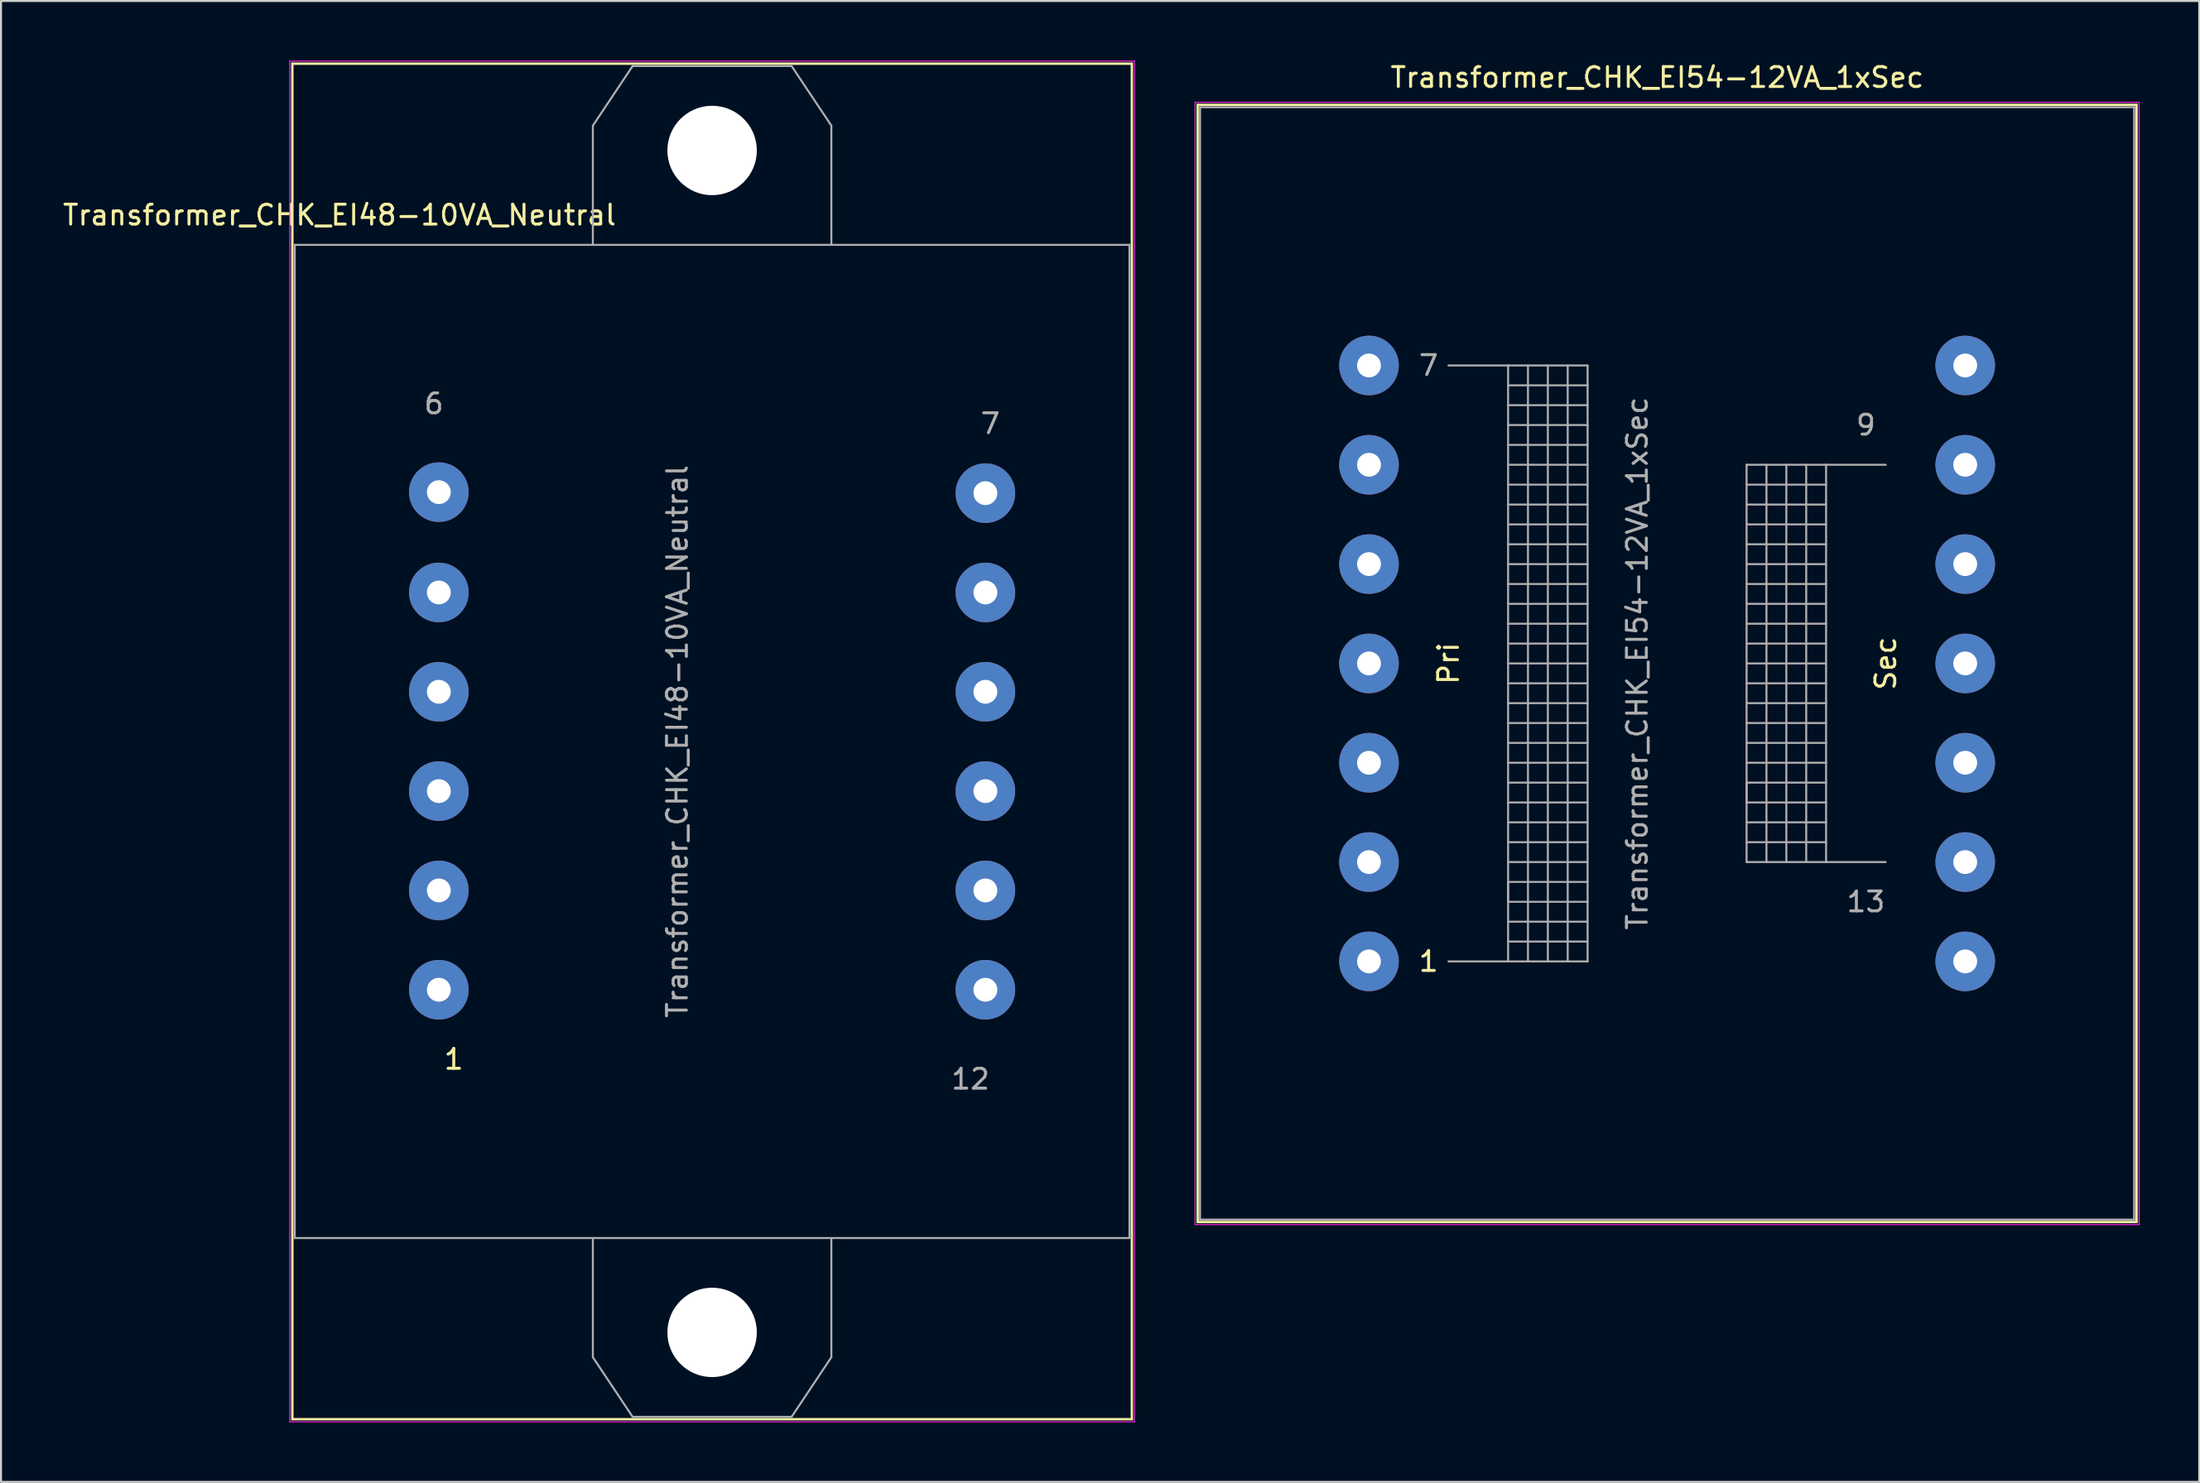
<source format=kicad_pcb>
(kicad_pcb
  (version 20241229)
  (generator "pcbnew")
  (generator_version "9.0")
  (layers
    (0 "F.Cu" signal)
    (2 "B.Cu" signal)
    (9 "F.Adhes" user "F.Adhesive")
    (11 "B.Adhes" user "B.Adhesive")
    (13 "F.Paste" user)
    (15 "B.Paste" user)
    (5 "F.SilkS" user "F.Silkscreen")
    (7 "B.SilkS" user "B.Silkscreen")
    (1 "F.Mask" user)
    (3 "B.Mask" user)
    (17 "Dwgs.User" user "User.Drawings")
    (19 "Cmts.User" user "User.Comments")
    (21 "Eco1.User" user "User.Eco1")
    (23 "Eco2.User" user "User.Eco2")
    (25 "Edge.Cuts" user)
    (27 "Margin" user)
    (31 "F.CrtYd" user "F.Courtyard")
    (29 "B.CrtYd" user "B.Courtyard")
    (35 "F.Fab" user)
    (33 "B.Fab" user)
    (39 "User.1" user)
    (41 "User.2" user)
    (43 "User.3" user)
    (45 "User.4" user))
  (footprint "Transformer_CHK_EI48-10VA_Neutral"
    (layer "F.Cu")
    (at 19.03 46.775)
    (property "Reference" "Transformer_CHK_EI48-10VA_Neutral" (at -5 -39 0) (layer "F.SilkS") (effects (font (size 1 1) (thickness 0.15))))
    (attr through_hole)
    (fp_line (start -7.37 -46.62) (end -7.37 21.62) (stroke (width 0.12) (type solid)) (layer "F.SilkS"))
    (fp_line (start -7.37 -46.62) (end 34.87 -46.62) (stroke (width 0.12) (type solid)) (layer "F.SilkS"))
    (fp_line (start 34.87 21.62) (end -7.37 21.62) (stroke (width 0.12) (type solid)) (layer "F.SilkS"))
    (fp_line (start 34.87 21.62) (end 34.87 -46.62) (stroke (width 0.12) (type solid)) (layer "F.SilkS"))
    (fp_line (start -7.5 -46.75) (end -7.5 21.75) (stroke (width 0.05) (type solid)) (layer "F.CrtYd"))
    (fp_line (start -7.5 -46.75) (end 35 -46.75) (stroke (width 0.05) (type solid)) (layer "F.CrtYd"))
    (fp_line (start 35 21.75) (end -7.5 21.75) (stroke (width 0.05) (type solid)) (layer "F.CrtYd"))
    (fp_line (start 35 21.75) (end 35 -46.75) (stroke (width 0.05) (type solid)) (layer "F.CrtYd"))
    (fp_line (start -7.25 -37.5) (end -7.25 12.5) (stroke (width 0.1) (type solid)) (layer "F.Fab"))
    (fp_line (start -7.25 12.5) (end 34.75 12.5) (stroke (width 0.1) (type solid)) (layer "F.Fab"))
    (fp_line (start 7.75 -43.5) (end 7.75 -37.5) (stroke (width 0.1) (type solid)) (layer "F.Fab"))
    (fp_line (start 7.75 18.5) (end 7.75 12.5) (stroke (width 0.1) (type solid)) (layer "F.Fab"))
    (fp_line (start 9.75 -46.5) (end 7.75 -43.5) (stroke (width 0.1) (type solid)) (layer "F.Fab"))
    (fp_line (start 9.75 21.5) (end 7.75 18.5) (stroke (width 0.1) (type solid)) (layer "F.Fab"))
    (fp_line (start 17.75 -46.5) (end 9.75 -46.5) (stroke (width 0.1) (type solid)) (layer "F.Fab"))
    (fp_line (start 17.75 21.5) (end 9.75 21.5) (stroke (width 0.1) (type solid)) (layer "F.Fab"))
    (fp_line (start 19.75 -43.5) (end 17.75 -46.5) (stroke (width 0.1) (type solid)) (layer "F.Fab"))
    (fp_line (start 19.75 -37.5) (end 19.75 -43.5) (stroke (width 0.1) (type solid)) (layer "F.Fab"))
    (fp_line (start 19.75 12.5) (end 19.75 18.5) (stroke (width 0.1) (type solid)) (layer "F.Fab"))
    (fp_line (start 19.75 18.5) (end 17.75 21.5) (stroke (width 0.1) (type solid)) (layer "F.Fab"))
    (fp_line (start 34.75 -37.5) (end -7.25 -37.5) (stroke (width 0.1) (type solid)) (layer "F.Fab"))
    (fp_line (start 34.75 12.5) (end 34.75 -37.5) (stroke (width 0.1) (type solid)) (layer "F.Fab"))
    (fp_text user "1" (at 0.75 3.5 0) (layer "F.SilkS") (effects (font (size 1 1) (thickness 0.15))))
    (fp_text user "7" (at 27.75 -28.5 0) (layer "F.Fab") (effects (font (size 1 1) (thickness 0.15))))
    (fp_text user "6" (at -0.25 -29.5 0) (layer "F.Fab") (effects (font (size 1 1) (thickness 0.15))))
    (fp_text user "12" (at 26.75 4.5 0) (layer "F.Fab") (effects (font (size 1 1) (thickness 0.15))))
    (fp_text user "${REFERENCE}" (at 12 -12.5 90) (layer "F.Fab") (effects (font (size 1 1) (thickness 0.15))))
    (pad "" np_thru_hole circle (at 13.75 -42.25) (size 4.5 4.5) (drill 4.5) (layers "*.Cu" "*.Mask"))
    (pad "" np_thru_hole circle (at 13.75 17.25) (size 4.5 4.5) (drill 4.5) (layers "*.Cu" "*.Mask"))
    (pad "1" thru_hole circle (at 0 0) (size 3 3) (drill 1.2) (layers "*.Cu" "*.Mask"))
    (pad "2" thru_hole circle (at 0 -5) (size 3 3) (drill 1.2) (layers "*.Cu" "*.Mask"))
    (pad "3" thru_hole circle (at 0 -10) (size 3 3) (drill 1.2) (layers "*.Cu" "*.Mask"))
    (pad "4" thru_hole circle (at 0 -15) (size 3 3) (drill 1.2) (layers "*.Cu" "*.Mask"))
    (pad "5" thru_hole circle (at 0 -20) (size 3 3) (drill 1.2) (layers "*.Cu" "*.Mask"))
    (pad "6" thru_hole circle (at 0 -25.05) (size 3 3) (drill 1.2) (layers "*.Cu" "*.Mask"))
    (pad "7" thru_hole circle (at 27.5 -25) (size 3 3) (drill 1.2) (layers "*.Cu" "*.Mask"))
    (pad "8" thru_hole circle (at 27.5 -20) (size 3 3) (drill 1.2) (layers "*.Cu" "*.Mask"))
    (pad "9" thru_hole circle (at 27.5 -15) (size 3 3) (drill 1.2) (layers "*.Cu" "*.Mask"))
    (pad "10" thru_hole circle (at 27.5 -10) (size 3 3) (drill 1.2) (layers "*.Cu" "*.Mask"))
    (pad "11" thru_hole circle (at 27.5 -5) (size 3 3) (drill 1.2) (layers "*.Cu" "*.Mask"))
    (pad "12" thru_hole circle (at 27.5 0) (size 3 3) (drill 1.2) (layers "*.Cu" "*.Mask")))
  (footprint "Transformer_CHK_EI54-12VA_1xSec"
    (layer "F.Cu")
    (at 65.83 45.348)
    (property "Reference" "Transformer_CHK_EI54-12VA_1xSec" (at 14.5 -44.5 0) (layer "F.SilkS") (effects (font (size 1 1) (thickness 0.15))))
    (attr through_hole)
    (fp_line (start -8.62 -43.12) (end -8.62 13.12) (stroke (width 0.12) (type solid)) (layer "F.SilkS"))
    (fp_line (start -8.62 -43.12) (end 38.62 -43.12) (stroke (width 0.12) (type solid)) (layer "F.SilkS"))
    (fp_line (start 38.62 13.12) (end -8.62 13.12) (stroke (width 0.12) (type solid)) (layer "F.SilkS"))
    (fp_line (start 38.62 13.12) (end 38.62 -43.12) (stroke (width 0.12) (type solid)) (layer "F.SilkS"))
    (fp_line (start -8.75 -43.25) (end -8.75 13.25) (stroke (width 0.05) (type solid)) (layer "F.CrtYd"))
    (fp_line (start -8.75 -43.25) (end 38.75 -43.25) (stroke (width 0.05) (type solid)) (layer "F.CrtYd"))
    (fp_line (start 38.75 13.25) (end -8.75 13.25) (stroke (width 0.05) (type solid)) (layer "F.CrtYd"))
    (fp_line (start 38.75 13.25) (end 38.75 -43.25) (stroke (width 0.05) (type solid)) (layer "F.CrtYd"))
    (fp_line (start -8.5 -43) (end -8.5 13) (stroke (width 0.1) (type solid)) (layer "F.Fab"))
    (fp_line (start -8.5 13) (end 38.5 13) (stroke (width 0.1) (type solid)) (layer "F.Fab"))
    (fp_line (start 4 -30) (end 7 -30) (stroke (width 0.1) (type solid)) (layer "F.Fab"))
    (fp_line (start 7 -30) (end 7 0) (stroke (width 0.1) (type solid)) (layer "F.Fab"))
    (fp_line (start 7 -30) (end 11 -30) (stroke (width 0.1) (type solid)) (layer "F.Fab"))
    (fp_line (start 7 -29) (end 11 -29) (stroke (width 0.1) (type solid)) (layer "F.Fab"))
    (fp_line (start 7 -27) (end 11 -27) (stroke (width 0.1) (type solid)) (layer "F.Fab"))
    (fp_line (start 7 -25) (end 11 -25) (stroke (width 0.1) (type solid)) (layer "F.Fab"))
    (fp_line (start 7 -23) (end 11 -23) (stroke (width 0.1) (type solid)) (layer "F.Fab"))
    (fp_line (start 7 -21) (end 11 -21) (stroke (width 0.1) (type solid)) (layer "F.Fab"))
    (fp_line (start 7 -19) (end 11 -19) (stroke (width 0.1) (type solid)) (layer "F.Fab"))
    (fp_line (start 7 -17) (end 11 -17) (stroke (width 0.1) (type solid)) (layer "F.Fab"))
    (fp_line (start 7 -15) (end 11 -15) (stroke (width 0.1) (type solid)) (layer "F.Fab"))
    (fp_line (start 7 -13) (end 11 -13) (stroke (width 0.1) (type solid)) (layer "F.Fab"))
    (fp_line (start 7 -11) (end 11 -11) (stroke (width 0.1) (type solid)) (layer "F.Fab"))
    (fp_line (start 7 -9) (end 11 -9) (stroke (width 0.1) (type solid)) (layer "F.Fab"))
    (fp_line (start 7 -7) (end 11 -7) (stroke (width 0.1) (type solid)) (layer "F.Fab"))
    (fp_line (start 7 -5) (end 11 -5) (stroke (width 0.1) (type solid)) (layer "F.Fab"))
    (fp_line (start 7 -4) (end 7 -3) (stroke (width 0.1) (type solid)) (layer "F.Fab"))
    (fp_line (start 7 -3) (end 11 -3) (stroke (width 0.1) (type solid)) (layer "F.Fab"))
    (fp_line (start 7 -1) (end 11 -1) (stroke (width 0.1) (type solid)) (layer "F.Fab"))
    (fp_line (start 7 0) (end 4 0) (stroke (width 0.1) (type solid)) (layer "F.Fab"))
    (fp_line (start 8 -30) (end 8 0) (stroke (width 0.1) (type solid)) (layer "F.Fab"))
    (fp_line (start 9 -30) (end 9 0) (stroke (width 0.1) (type solid)) (layer "F.Fab"))
    (fp_line (start 10 -12) (end 7 -12) (stroke (width 0.1) (type solid)) (layer "F.Fab"))
    (fp_line (start 10 -12) (end 11 -12) (stroke (width 0.1) (type solid)) (layer "F.Fab"))
    (fp_line (start 10 0) (end 10 -30) (stroke (width 0.1) (type solid)) (layer "F.Fab"))
    (fp_line (start 11 -30) (end 11 0) (stroke (width 0.1) (type solid)) (layer "F.Fab"))
    (fp_line (start 11 -28) (end 7 -28) (stroke (width 0.1) (type solid)) (layer "F.Fab"))
    (fp_line (start 11 -26) (end 7 -26) (stroke (width 0.1) (type solid)) (layer "F.Fab"))
    (fp_line (start 11 -24) (end 7 -24) (stroke (width 0.1) (type solid)) (layer "F.Fab"))
    (fp_line (start 11 -22) (end 7 -22) (stroke (width 0.1) (type solid)) (layer "F.Fab"))
    (fp_line (start 11 -20) (end 7 -20) (stroke (width 0.1) (type solid)) (layer "F.Fab"))
    (fp_line (start 11 -18) (end 7 -18) (stroke (width 0.1) (type solid)) (layer "F.Fab"))
    (fp_line (start 11 -16) (end 7 -16) (stroke (width 0.1) (type solid)) (layer "F.Fab"))
    (fp_line (start 11 -14) (end 7 -14) (stroke (width 0.1) (type solid)) (layer "F.Fab"))
    (fp_line (start 11 -10) (end 7 -10) (stroke (width 0.1) (type solid)) (layer "F.Fab"))
    (fp_line (start 11 -8) (end 7 -8) (stroke (width 0.1) (type solid)) (layer "F.Fab"))
    (fp_line (start 11 -6) (end 7 -6) (stroke (width 0.1) (type solid)) (layer "F.Fab"))
    (fp_line (start 11 -4) (end 7 -4) (stroke (width 0.1) (type solid)) (layer "F.Fab"))
    (fp_line (start 11 -2) (end 7 -2) (stroke (width 0.1) (type solid)) (layer "F.Fab"))
    (fp_line (start 11 0) (end 7 0) (stroke (width 0.1) (type solid)) (layer "F.Fab"))
    (fp_line (start 19 -25) (end 19 -5) (stroke (width 0.1) (type solid)) (layer "F.Fab"))
    (fp_line (start 19 -24) (end 23 -24) (stroke (width 0.1) (type solid)) (layer "F.Fab"))
    (fp_line (start 19 -22) (end 23 -22) (stroke (width 0.1) (type solid)) (layer "F.Fab"))
    (fp_line (start 19 -20) (end 23 -20) (stroke (width 0.1) (type solid)) (layer "F.Fab"))
    (fp_line (start 19 -18) (end 23 -18) (stroke (width 0.1) (type solid)) (layer "F.Fab"))
    (fp_line (start 19 -16) (end 23 -16) (stroke (width 0.1) (type solid)) (layer "F.Fab"))
    (fp_line (start 19 -14) (end 23 -14) (stroke (width 0.1) (type solid)) (layer "F.Fab"))
    (fp_line (start 19 -12) (end 23 -12) (stroke (width 0.1) (type solid)) (layer "F.Fab"))
    (fp_line (start 19 -10) (end 23 -10) (stroke (width 0.1) (type solid)) (layer "F.Fab"))
    (fp_line (start 19 -9) (end 19 -8) (stroke (width 0.1) (type solid)) (layer "F.Fab"))
    (fp_line (start 19 -8) (end 23 -8) (stroke (width 0.1) (type solid)) (layer "F.Fab"))
    (fp_line (start 19 -6) (end 23 -6) (stroke (width 0.1) (type solid)) (layer "F.Fab"))
    (fp_line (start 19 -5) (end 23 -5) (stroke (width 0.1) (type solid)) (layer "F.Fab"))
    (fp_line (start 20 -5) (end 20 -25) (stroke (width 0.1) (type solid)) (layer "F.Fab"))
    (fp_line (start 21 -25) (end 21 -5) (stroke (width 0.1) (type solid)) (layer "F.Fab"))
    (fp_line (start 22 -5) (end 22 -25) (stroke (width 0.1) (type solid)) (layer "F.Fab"))
    (fp_line (start 23 -25) (end 19 -25) (stroke (width 0.1) (type solid)) (layer "F.Fab"))
    (fp_line (start 23 -25) (end 23 -5) (stroke (width 0.1) (type solid)) (layer "F.Fab"))
    (fp_line (start 23 -23) (end 19 -23) (stroke (width 0.1) (type solid)) (layer "F.Fab"))
    (fp_line (start 23 -21) (end 19 -21) (stroke (width 0.1) (type solid)) (layer "F.Fab"))
    (fp_line (start 23 -19) (end 19 -19) (stroke (width 0.1) (type solid)) (layer "F.Fab"))
    (fp_line (start 23 -17) (end 19 -17) (stroke (width 0.1) (type solid)) (layer "F.Fab"))
    (fp_line (start 23 -15) (end 19 -15) (stroke (width 0.1) (type solid)) (layer "F.Fab"))
    (fp_line (start 23 -13) (end 19 -13) (stroke (width 0.1) (type solid)) (layer "F.Fab"))
    (fp_line (start 23 -11) (end 19 -11) (stroke (width 0.1) (type solid)) (layer "F.Fab"))
    (fp_line (start 23 -9) (end 19 -9) (stroke (width 0.1) (type solid)) (layer "F.Fab"))
    (fp_line (start 23 -7) (end 19 -7) (stroke (width 0.1) (type solid)) (layer "F.Fab"))
    (fp_line (start 23 -5) (end 26 -5) (stroke (width 0.1) (type solid)) (layer "F.Fab"))
    (fp_line (start 26 -25) (end 23 -25) (stroke (width 0.1) (type solid)) (layer "F.Fab"))
    (fp_line (start 38.5 -43) (end -8.5 -43) (stroke (width 0.1) (type solid)) (layer "F.Fab"))
    (fp_line (start 38.5 13) (end 38.5 -43) (stroke (width 0.1) (type solid)) (layer "F.Fab"))
    (fp_text user "Sec" (at 26 -15 90) (layer "F.SilkS") (effects (font (size 1 1) (thickness 0.15))))
    (fp_text user "1" (at 3 0 0) (layer "F.SilkS") (effects (font (size 1 1) (thickness 0.15))))
    (fp_text user "Pri" (at 4 -15 90) (layer "F.SilkS") (effects (font (size 1 1) (thickness 0.15))))
    (fp_text user "${REFERENCE}" (at 13.5 -15 90) (layer "F.Fab") (effects (font (size 1 1) (thickness 0.15))))
    (fp_text user "7" (at 3 -30 0) (layer "F.Fab") (effects (font (size 1 1) (thickness 0.15))))
    (fp_text user "13" (at 25 -3 0) (layer "F.Fab") (effects (font (size 1 1) (thickness 0.15))))
    (fp_text user "9" (at 25 -27 0) (layer "F.Fab") (effects (font (size 1 1) (thickness 0.15))))
    (pad "1" thru_hole circle (at 0 0) (size 3 3) (drill 1.2) (layers "*.Cu" "*.Mask"))
    (pad "2" thru_hole circle (at 0 -5) (size 3 3) (drill 1.2) (layers "*.Cu" "*.Mask"))
    (pad "3" thru_hole circle (at 0 -10) (size 3 3) (drill 1.2) (layers "*.Cu" "*.Mask"))
    (pad "4" thru_hole circle (at 0 -15) (size 3 3) (drill 1.2) (layers "*.Cu" "*.Mask"))
    (pad "5" thru_hole circle (at 0 -20) (size 3 3) (drill 1.2) (layers "*.Cu" "*.Mask"))
    (pad "6" thru_hole circle (at 0 -25) (size 3 3) (drill 1.2) (layers "*.Cu" "*.Mask"))
    (pad "7" thru_hole circle (at 0 -30) (size 3 3) (drill 1.2) (layers "*.Cu" "*.Mask"))
    (pad "8" thru_hole circle (at 30 -30) (size 3 3) (drill 1.2) (layers "*.Cu" "*.Mask"))
    (pad "9" thru_hole circle (at 30 -25) (size 3 3) (drill 1.2) (layers "*.Cu" "*.Mask"))
    (pad "10" thru_hole circle (at 30 -20) (size 3 3) (drill 1.2) (layers "*.Cu" "*.Mask"))
    (pad "11" thru_hole circle (at 30 -15) (size 3 3) (drill 1.2) (layers "*.Cu" "*.Mask"))
    (pad "12" thru_hole circle (at 30 -10) (size 3 3) (drill 1.2) (layers "*.Cu" "*.Mask"))
    (pad "13" thru_hole circle (at 30 -5) (size 3 3) (drill 1.2) (layers "*.Cu" "*.Mask"))
    (pad "14" thru_hole circle (at 30 0) (size 3 3) (drill 1.2) (layers "*.Cu" "*.Mask")))
  (gr_rect
    (start -3 -3)
    (end 107.605 71.55)
    (stroke (width 0.1) (type default))
    (fill no)
    (layer "Edge.Cuts")))
</source>
